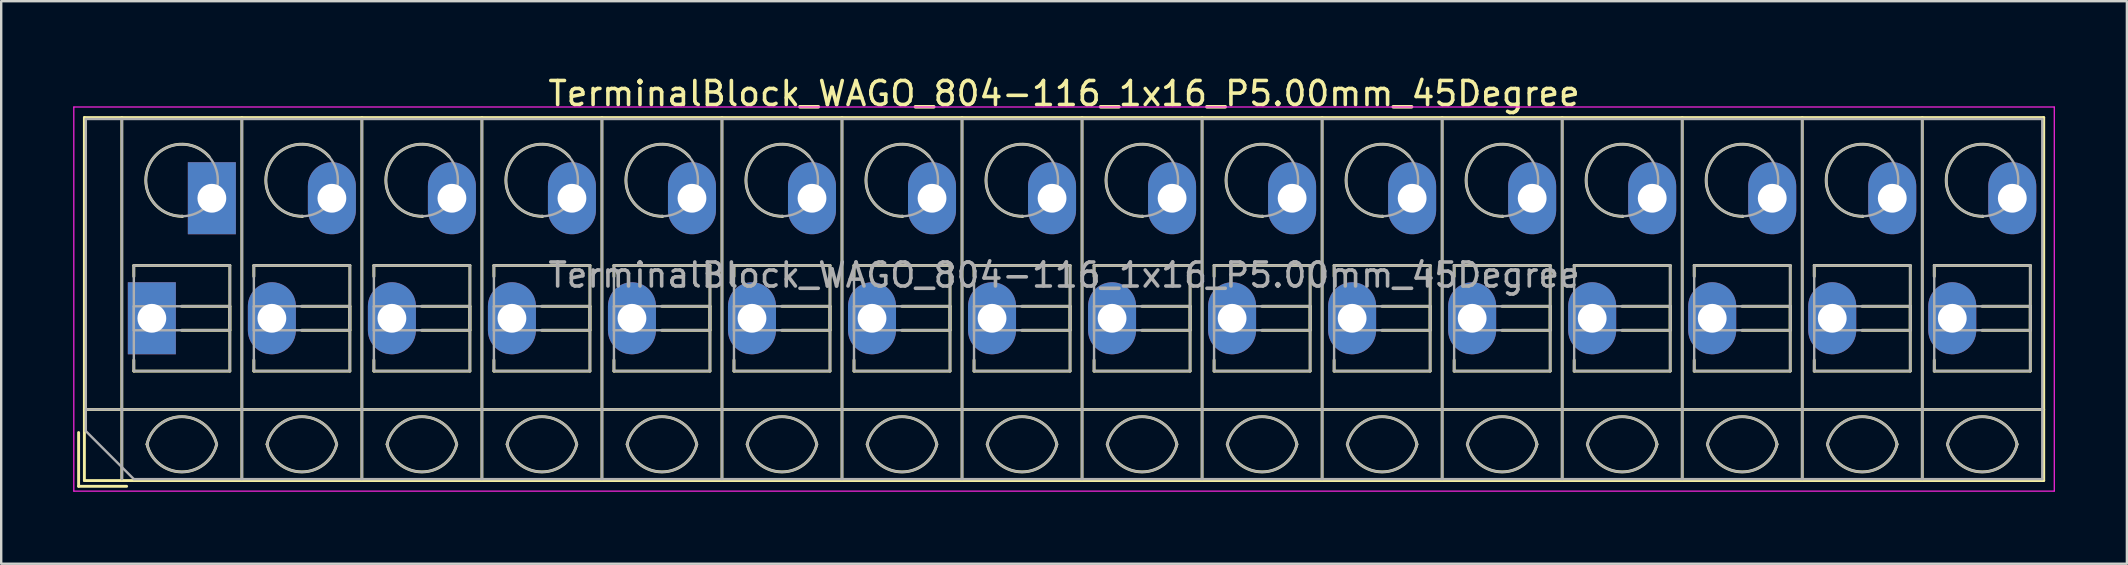
<source format=kicad_pcb>
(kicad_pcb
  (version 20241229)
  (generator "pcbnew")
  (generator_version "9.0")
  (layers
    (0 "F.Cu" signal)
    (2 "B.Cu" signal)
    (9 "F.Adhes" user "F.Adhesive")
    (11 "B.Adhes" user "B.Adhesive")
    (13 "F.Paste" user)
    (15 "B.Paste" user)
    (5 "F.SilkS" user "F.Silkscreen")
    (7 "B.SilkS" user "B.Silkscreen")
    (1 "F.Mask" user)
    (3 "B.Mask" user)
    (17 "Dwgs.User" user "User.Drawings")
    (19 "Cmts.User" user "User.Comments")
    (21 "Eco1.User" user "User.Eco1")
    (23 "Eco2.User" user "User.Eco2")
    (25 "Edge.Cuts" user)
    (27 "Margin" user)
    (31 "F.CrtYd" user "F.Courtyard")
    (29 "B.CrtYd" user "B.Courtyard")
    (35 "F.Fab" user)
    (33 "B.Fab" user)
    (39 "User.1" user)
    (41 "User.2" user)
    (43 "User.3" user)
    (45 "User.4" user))
  (footprint "TerminalBlock_WAGO_804-116_1x16_P5.00mm_45Degree"
    (layer "F.Cu")
    (at 3.275 10.208)
    (property "Reference" "TerminalBlock_WAGO_804-116_1x16_P5.00mm_45Degree" (at 38 -9.36 0) (layer "F.SilkS") (effects (font (size 1 1) (thickness 0.15))))
    (attr through_hole)
    (fp_line (start -3.05 4.76) (end -3.05 7) (stroke (width 0.12) (type solid)) (layer "F.SilkS"))
    (fp_line (start -3.05 7) (end -1.05 7) (stroke (width 0.12) (type solid)) (layer "F.SilkS"))
    (fp_line (start -2.81 -8.361) (end -2.81 6.76) (stroke (width 0.12) (type solid)) (layer "F.SilkS"))
    (fp_line (start -2.81 -8.361) (end 78.81 -8.361) (stroke (width 0.12) (type solid)) (layer "F.SilkS"))
    (fp_line (start -2.81 3.8) (end 78.81 3.8) (stroke (width 0.12) (type solid)) (layer "F.SilkS"))
    (fp_line (start -2.81 6.76) (end 78.81 6.76) (stroke (width 0.12) (type solid)) (layer "F.SilkS"))
    (fp_line (start -1.25 -8.361) (end -1.25 6.76) (stroke (width 0.12) (type solid)) (layer "F.SilkS"))
    (fp_line (start -0.75 -2.2) (end -0.75 -1.74) (stroke (width 0.12) (type solid)) (layer "F.SilkS"))
    (fp_line (start -0.75 -2.2) (end 3.25 -2.2) (stroke (width 0.12) (type solid)) (layer "F.SilkS"))
    (fp_line (start -0.75 1.74) (end -0.75 2.2) (stroke (width 0.12) (type solid)) (layer "F.SilkS"))
    (fp_line (start -0.75 2.2) (end 3.25 2.2) (stroke (width 0.12) (type solid)) (layer "F.SilkS"))
    (fp_line (start 1.24 -0.5) (end 3.25 -0.5) (stroke (width 0.12) (type solid)) (layer "F.SilkS"))
    (fp_line (start 1.24 0.5) (end 3.25 0.5) (stroke (width 0.12) (type solid)) (layer "F.SilkS"))
    (fp_line (start 3.25 -2.2) (end 3.25 2.2) (stroke (width 0.12) (type solid)) (layer "F.SilkS"))
    (fp_line (start 3.25 -0.5) (end 3.25 0.5) (stroke (width 0.12) (type solid)) (layer "F.SilkS"))
    (fp_line (start 3.75 -8.361) (end 3.75 6.76) (stroke (width 0.12) (type solid)) (layer "F.SilkS"))
    (fp_line (start 4.25 -2.2) (end 4.25 -1.74) (stroke (width 0.12) (type solid)) (layer "F.SilkS"))
    (fp_line (start 4.25 -2.2) (end 8.25 -2.2) (stroke (width 0.12) (type solid)) (layer "F.SilkS"))
    (fp_line (start 4.25 1.74) (end 4.25 2.2) (stroke (width 0.12) (type solid)) (layer "F.SilkS"))
    (fp_line (start 4.25 2.2) (end 8.25 2.2) (stroke (width 0.12) (type solid)) (layer "F.SilkS"))
    (fp_line (start 6.24 -0.5) (end 8.25 -0.5) (stroke (width 0.12) (type solid)) (layer "F.SilkS"))
    (fp_line (start 6.24 0.5) (end 8.25 0.5) (stroke (width 0.12) (type solid)) (layer "F.SilkS"))
    (fp_line (start 8.25 -2.2) (end 8.25 2.2) (stroke (width 0.12) (type solid)) (layer "F.SilkS"))
    (fp_line (start 8.25 -0.5) (end 8.25 0.5) (stroke (width 0.12) (type solid)) (layer "F.SilkS"))
    (fp_line (start 8.75 -8.361) (end 8.75 6.76) (stroke (width 0.12) (type solid)) (layer "F.SilkS"))
    (fp_line (start 9.25 -2.2) (end 9.25 -1.74) (stroke (width 0.12) (type solid)) (layer "F.SilkS"))
    (fp_line (start 9.25 -2.2) (end 13.25 -2.2) (stroke (width 0.12) (type solid)) (layer "F.SilkS"))
    (fp_line (start 9.25 1.74) (end 9.25 2.2) (stroke (width 0.12) (type solid)) (layer "F.SilkS"))
    (fp_line (start 9.25 2.2) (end 13.25 2.2) (stroke (width 0.12) (type solid)) (layer "F.SilkS"))
    (fp_line (start 11.24 -0.5) (end 13.25 -0.5) (stroke (width 0.12) (type solid)) (layer "F.SilkS"))
    (fp_line (start 11.24 0.5) (end 13.25 0.5) (stroke (width 0.12) (type solid)) (layer "F.SilkS"))
    (fp_line (start 13.25 -2.2) (end 13.25 2.2) (stroke (width 0.12) (type solid)) (layer "F.SilkS"))
    (fp_line (start 13.25 -0.5) (end 13.25 0.5) (stroke (width 0.12) (type solid)) (layer "F.SilkS"))
    (fp_line (start 13.75 -8.361) (end 13.75 6.76) (stroke (width 0.12) (type solid)) (layer "F.SilkS"))
    (fp_line (start 14.25 -2.2) (end 14.25 -1.74) (stroke (width 0.12) (type solid)) (layer "F.SilkS"))
    (fp_line (start 14.25 -2.2) (end 18.25 -2.2) (stroke (width 0.12) (type solid)) (layer "F.SilkS"))
    (fp_line (start 14.25 1.74) (end 14.25 2.2) (stroke (width 0.12) (type solid)) (layer "F.SilkS"))
    (fp_line (start 14.25 2.2) (end 18.25 2.2) (stroke (width 0.12) (type solid)) (layer "F.SilkS"))
    (fp_line (start 16.24 -0.5) (end 18.25 -0.5) (stroke (width 0.12) (type solid)) (layer "F.SilkS"))
    (fp_line (start 16.24 0.5) (end 18.25 0.5) (stroke (width 0.12) (type solid)) (layer "F.SilkS"))
    (fp_line (start 18.25 -2.2) (end 18.25 2.2) (stroke (width 0.12) (type solid)) (layer "F.SilkS"))
    (fp_line (start 18.25 -0.5) (end 18.25 0.5) (stroke (width 0.12) (type solid)) (layer "F.SilkS"))
    (fp_line (start 18.75 -8.361) (end 18.75 6.76) (stroke (width 0.12) (type solid)) (layer "F.SilkS"))
    (fp_line (start 19.25 -2.2) (end 19.25 -1.74) (stroke (width 0.12) (type solid)) (layer "F.SilkS"))
    (fp_line (start 19.25 -2.2) (end 23.25 -2.2) (stroke (width 0.12) (type solid)) (layer "F.SilkS"))
    (fp_line (start 19.25 1.74) (end 19.25 2.2) (stroke (width 0.12) (type solid)) (layer "F.SilkS"))
    (fp_line (start 19.25 2.2) (end 23.25 2.2) (stroke (width 0.12) (type solid)) (layer "F.SilkS"))
    (fp_line (start 21.24 -0.5) (end 23.25 -0.5) (stroke (width 0.12) (type solid)) (layer "F.SilkS"))
    (fp_line (start 21.24 0.5) (end 23.25 0.5) (stroke (width 0.12) (type solid)) (layer "F.SilkS"))
    (fp_line (start 23.25 -2.2) (end 23.25 2.2) (stroke (width 0.12) (type solid)) (layer "F.SilkS"))
    (fp_line (start 23.25 -0.5) (end 23.25 0.5) (stroke (width 0.12) (type solid)) (layer "F.SilkS"))
    (fp_line (start 23.75 -8.361) (end 23.75 6.76) (stroke (width 0.12) (type solid)) (layer "F.SilkS"))
    (fp_line (start 24.25 -2.2) (end 24.25 -1.74) (stroke (width 0.12) (type solid)) (layer "F.SilkS"))
    (fp_line (start 24.25 -2.2) (end 28.25 -2.2) (stroke (width 0.12) (type solid)) (layer "F.SilkS"))
    (fp_line (start 24.25 1.74) (end 24.25 2.2) (stroke (width 0.12) (type solid)) (layer "F.SilkS"))
    (fp_line (start 24.25 2.2) (end 28.25 2.2) (stroke (width 0.12) (type solid)) (layer "F.SilkS"))
    (fp_line (start 26.24 -0.5) (end 28.25 -0.5) (stroke (width 0.12) (type solid)) (layer "F.SilkS"))
    (fp_line (start 26.24 0.5) (end 28.25 0.5) (stroke (width 0.12) (type solid)) (layer "F.SilkS"))
    (fp_line (start 28.25 -2.2) (end 28.25 2.2) (stroke (width 0.12) (type solid)) (layer "F.SilkS"))
    (fp_line (start 28.25 -0.5) (end 28.25 0.5) (stroke (width 0.12) (type solid)) (layer "F.SilkS"))
    (fp_line (start 28.75 -8.361) (end 28.75 6.76) (stroke (width 0.12) (type solid)) (layer "F.SilkS"))
    (fp_line (start 29.25 -2.2) (end 29.25 -1.74) (stroke (width 0.12) (type solid)) (layer "F.SilkS"))
    (fp_line (start 29.25 -2.2) (end 33.25 -2.2) (stroke (width 0.12) (type solid)) (layer "F.SilkS"))
    (fp_line (start 29.25 1.74) (end 29.25 2.2) (stroke (width 0.12) (type solid)) (layer "F.SilkS"))
    (fp_line (start 29.25 2.2) (end 33.25 2.2) (stroke (width 0.12) (type solid)) (layer "F.SilkS"))
    (fp_line (start 31.24 -0.5) (end 33.25 -0.5) (stroke (width 0.12) (type solid)) (layer "F.SilkS"))
    (fp_line (start 31.24 0.5) (end 33.25 0.5) (stroke (width 0.12) (type solid)) (layer "F.SilkS"))
    (fp_line (start 33.25 -2.2) (end 33.25 2.2) (stroke (width 0.12) (type solid)) (layer "F.SilkS"))
    (fp_line (start 33.25 -0.5) (end 33.25 0.5) (stroke (width 0.12) (type solid)) (layer "F.SilkS"))
    (fp_line (start 33.75 -8.361) (end 33.75 6.76) (stroke (width 0.12) (type solid)) (layer "F.SilkS"))
    (fp_line (start 34.25 -2.2) (end 34.25 -1.74) (stroke (width 0.12) (type solid)) (layer "F.SilkS"))
    (fp_line (start 34.25 -2.2) (end 38.25 -2.2) (stroke (width 0.12) (type solid)) (layer "F.SilkS"))
    (fp_line (start 34.25 1.74) (end 34.25 2.2) (stroke (width 0.12) (type solid)) (layer "F.SilkS"))
    (fp_line (start 34.25 2.2) (end 38.25 2.2) (stroke (width 0.12) (type solid)) (layer "F.SilkS"))
    (fp_line (start 36.24 -0.5) (end 38.25 -0.5) (stroke (width 0.12) (type solid)) (layer "F.SilkS"))
    (fp_line (start 36.24 0.5) (end 38.25 0.5) (stroke (width 0.12) (type solid)) (layer "F.SilkS"))
    (fp_line (start 38.25 -2.2) (end 38.25 2.2) (stroke (width 0.12) (type solid)) (layer "F.SilkS"))
    (fp_line (start 38.25 -0.5) (end 38.25 0.5) (stroke (width 0.12) (type solid)) (layer "F.SilkS"))
    (fp_line (start 38.75 -8.361) (end 38.75 6.76) (stroke (width 0.12) (type solid)) (layer "F.SilkS"))
    (fp_line (start 39.25 -2.2) (end 39.25 -1.74) (stroke (width 0.12) (type solid)) (layer "F.SilkS"))
    (fp_line (start 39.25 -2.2) (end 43.25 -2.2) (stroke (width 0.12) (type solid)) (layer "F.SilkS"))
    (fp_line (start 39.25 1.74) (end 39.25 2.2) (stroke (width 0.12) (type solid)) (layer "F.SilkS"))
    (fp_line (start 39.25 2.2) (end 43.25 2.2) (stroke (width 0.12) (type solid)) (layer "F.SilkS"))
    (fp_line (start 41.24 -0.5) (end 43.25 -0.5) (stroke (width 0.12) (type solid)) (layer "F.SilkS"))
    (fp_line (start 41.24 0.5) (end 43.25 0.5) (stroke (width 0.12) (type solid)) (layer "F.SilkS"))
    (fp_line (start 43.25 -2.2) (end 43.25 2.2) (stroke (width 0.12) (type solid)) (layer "F.SilkS"))
    (fp_line (start 43.25 -0.5) (end 43.25 0.5) (stroke (width 0.12) (type solid)) (layer "F.SilkS"))
    (fp_line (start 43.75 -8.361) (end 43.75 6.76) (stroke (width 0.12) (type solid)) (layer "F.SilkS"))
    (fp_line (start 44.25 -2.2) (end 44.25 -1.74) (stroke (width 0.12) (type solid)) (layer "F.SilkS"))
    (fp_line (start 44.25 -2.2) (end 48.25 -2.2) (stroke (width 0.12) (type solid)) (layer "F.SilkS"))
    (fp_line (start 44.25 1.74) (end 44.25 2.2) (stroke (width 0.12) (type solid)) (layer "F.SilkS"))
    (fp_line (start 44.25 2.2) (end 48.25 2.2) (stroke (width 0.12) (type solid)) (layer "F.SilkS"))
    (fp_line (start 46.24 -0.5) (end 48.25 -0.5) (stroke (width 0.12) (type solid)) (layer "F.SilkS"))
    (fp_line (start 46.24 0.5) (end 48.25 0.5) (stroke (width 0.12) (type solid)) (layer "F.SilkS"))
    (fp_line (start 48.25 -2.2) (end 48.25 2.2) (stroke (width 0.12) (type solid)) (layer "F.SilkS"))
    (fp_line (start 48.25 -0.5) (end 48.25 0.5) (stroke (width 0.12) (type solid)) (layer "F.SilkS"))
    (fp_line (start 48.75 -8.361) (end 48.75 6.76) (stroke (width 0.12) (type solid)) (layer "F.SilkS"))
    (fp_line (start 49.25 -2.2) (end 49.25 -1.74) (stroke (width 0.12) (type solid)) (layer "F.SilkS"))
    (fp_line (start 49.25 -2.2) (end 53.25 -2.2) (stroke (width 0.12) (type solid)) (layer "F.SilkS"))
    (fp_line (start 49.25 1.74) (end 49.25 2.2) (stroke (width 0.12) (type solid)) (layer "F.SilkS"))
    (fp_line (start 49.25 2.2) (end 53.25 2.2) (stroke (width 0.12) (type solid)) (layer "F.SilkS"))
    (fp_line (start 51.24 -0.5) (end 53.25 -0.5) (stroke (width 0.12) (type solid)) (layer "F.SilkS"))
    (fp_line (start 51.24 0.5) (end 53.25 0.5) (stroke (width 0.12) (type solid)) (layer "F.SilkS"))
    (fp_line (start 53.25 -2.2) (end 53.25 2.2) (stroke (width 0.12) (type solid)) (layer "F.SilkS"))
    (fp_line (start 53.25 -0.5) (end 53.25 0.5) (stroke (width 0.12) (type solid)) (layer "F.SilkS"))
    (fp_line (start 53.75 -8.361) (end 53.75 6.76) (stroke (width 0.12) (type solid)) (layer "F.SilkS"))
    (fp_line (start 54.25 -2.2) (end 54.25 -1.74) (stroke (width 0.12) (type solid)) (layer "F.SilkS"))
    (fp_line (start 54.25 -2.2) (end 58.25 -2.2) (stroke (width 0.12) (type solid)) (layer "F.SilkS"))
    (fp_line (start 54.25 1.74) (end 54.25 2.2) (stroke (width 0.12) (type solid)) (layer "F.SilkS"))
    (fp_line (start 54.25 2.2) (end 58.25 2.2) (stroke (width 0.12) (type solid)) (layer "F.SilkS"))
    (fp_line (start 56.24 -0.5) (end 58.25 -0.5) (stroke (width 0.12) (type solid)) (layer "F.SilkS"))
    (fp_line (start 56.24 0.5) (end 58.25 0.5) (stroke (width 0.12) (type solid)) (layer "F.SilkS"))
    (fp_line (start 58.25 -2.2) (end 58.25 2.2) (stroke (width 0.12) (type solid)) (layer "F.SilkS"))
    (fp_line (start 58.25 -0.5) (end 58.25 0.5) (stroke (width 0.12) (type solid)) (layer "F.SilkS"))
    (fp_line (start 58.75 -8.361) (end 58.75 6.76) (stroke (width 0.12) (type solid)) (layer "F.SilkS"))
    (fp_line (start 59.25 -2.2) (end 59.25 -1.74) (stroke (width 0.12) (type solid)) (layer "F.SilkS"))
    (fp_line (start 59.25 -2.2) (end 63.25 -2.2) (stroke (width 0.12) (type solid)) (layer "F.SilkS"))
    (fp_line (start 59.25 1.74) (end 59.25 2.2) (stroke (width 0.12) (type solid)) (layer "F.SilkS"))
    (fp_line (start 59.25 2.2) (end 63.25 2.2) (stroke (width 0.12) (type solid)) (layer "F.SilkS"))
    (fp_line (start 61.24 -0.5) (end 63.25 -0.5) (stroke (width 0.12) (type solid)) (layer "F.SilkS"))
    (fp_line (start 61.24 0.5) (end 63.25 0.5) (stroke (width 0.12) (type solid)) (layer "F.SilkS"))
    (fp_line (start 63.25 -2.2) (end 63.25 2.2) (stroke (width 0.12) (type solid)) (layer "F.SilkS"))
    (fp_line (start 63.25 -0.5) (end 63.25 0.5) (stroke (width 0.12) (type solid)) (layer "F.SilkS"))
    (fp_line (start 63.75 -8.361) (end 63.75 6.76) (stroke (width 0.12) (type solid)) (layer "F.SilkS"))
    (fp_line (start 64.25 -2.2) (end 64.25 -1.74) (stroke (width 0.12) (type solid)) (layer "F.SilkS"))
    (fp_line (start 64.25 -2.2) (end 68.25 -2.2) (stroke (width 0.12) (type solid)) (layer "F.SilkS"))
    (fp_line (start 64.25 1.74) (end 64.25 2.2) (stroke (width 0.12) (type solid)) (layer "F.SilkS"))
    (fp_line (start 64.25 2.2) (end 68.25 2.2) (stroke (width 0.12) (type solid)) (layer "F.SilkS"))
    (fp_line (start 66.24 -0.5) (end 68.25 -0.5) (stroke (width 0.12) (type solid)) (layer "F.SilkS"))
    (fp_line (start 66.24 0.5) (end 68.25 0.5) (stroke (width 0.12) (type solid)) (layer "F.SilkS"))
    (fp_line (start 68.25 -2.2) (end 68.25 2.2) (stroke (width 0.12) (type solid)) (layer "F.SilkS"))
    (fp_line (start 68.25 -0.5) (end 68.25 0.5) (stroke (width 0.12) (type solid)) (layer "F.SilkS"))
    (fp_line (start 68.75 -8.361) (end 68.75 6.76) (stroke (width 0.12) (type solid)) (layer "F.SilkS"))
    (fp_line (start 69.25 -2.2) (end 69.25 -1.74) (stroke (width 0.12) (type solid)) (layer "F.SilkS"))
    (fp_line (start 69.25 -2.2) (end 73.25 -2.2) (stroke (width 0.12) (type solid)) (layer "F.SilkS"))
    (fp_line (start 69.25 1.74) (end 69.25 2.2) (stroke (width 0.12) (type solid)) (layer "F.SilkS"))
    (fp_line (start 69.25 2.2) (end 73.25 2.2) (stroke (width 0.12) (type solid)) (layer "F.SilkS"))
    (fp_line (start 71.24 -0.5) (end 73.25 -0.5) (stroke (width 0.12) (type solid)) (layer "F.SilkS"))
    (fp_line (start 71.24 0.5) (end 73.25 0.5) (stroke (width 0.12) (type solid)) (layer "F.SilkS"))
    (fp_line (start 73.25 -2.2) (end 73.25 2.2) (stroke (width 0.12) (type solid)) (layer "F.SilkS"))
    (fp_line (start 73.25 -0.5) (end 73.25 0.5) (stroke (width 0.12) (type solid)) (layer "F.SilkS"))
    (fp_line (start 73.75 -8.361) (end 73.75 6.76) (stroke (width 0.12) (type solid)) (layer "F.SilkS"))
    (fp_line (start 74.25 -2.2) (end 74.25 -1.74) (stroke (width 0.12) (type solid)) (layer "F.SilkS"))
    (fp_line (start 74.25 -2.2) (end 78.25 -2.2) (stroke (width 0.12) (type solid)) (layer "F.SilkS"))
    (fp_line (start 74.25 1.74) (end 74.25 2.2) (stroke (width 0.12) (type solid)) (layer "F.SilkS"))
    (fp_line (start 74.25 2.2) (end 78.25 2.2) (stroke (width 0.12) (type solid)) (layer "F.SilkS"))
    (fp_line (start 76.24 -0.5) (end 78.25 -0.5) (stroke (width 0.12) (type solid)) (layer "F.SilkS"))
    (fp_line (start 76.24 0.5) (end 78.25 0.5) (stroke (width 0.12) (type solid)) (layer "F.SilkS"))
    (fp_line (start 78.25 -2.2) (end 78.25 2.2) (stroke (width 0.12) (type solid)) (layer "F.SilkS"))
    (fp_line (start 78.25 -0.5) (end 78.25 0.5) (stroke (width 0.12) (type solid)) (layer "F.SilkS"))
    (fp_line (start 78.81 -8.361) (end 78.81 6.76) (stroke (width 0.12) (type solid)) (layer "F.SilkS"))
    (fp_arc (start -0.200865 5.250424) (mid 1.250296 4.099926) (end 2.701 5.251) (stroke (width 0.12) (type solid)) (layer "F.SilkS"))
    (fp_arc (start 1.276179 -4.250228) (mid 1.26309 -4.250057) (end 1.25 -4.25) (stroke (width 0.12) (type solid)) (layer "F.SilkS"))
    (fp_arc (start 1.276275 -4.248926) (mid -0.121539 -6.360568) (end 2.383 -6.735) (stroke (width 0.12) (type solid)) (layer "F.SilkS"))
    (fp_arc (start 2.7 5.25) (mid 1.250068 6.400101) (end -0.199969 5.250133) (stroke (width 0.12) (type solid)) (layer "F.SilkS"))
    (fp_arc (start 4.799135 5.250424) (mid 6.250296 4.099926) (end 7.701 5.251) (stroke (width 0.12) (type solid)) (layer "F.SilkS"))
    (fp_arc (start 6.276179 -4.250228) (mid 6.26309 -4.250057) (end 6.25 -4.25) (stroke (width 0.12) (type solid)) (layer "F.SilkS"))
    (fp_arc (start 6.276275 -4.248926) (mid 4.878461 -6.360568) (end 7.383 -6.735) (stroke (width 0.12) (type solid)) (layer "F.SilkS"))
    (fp_arc (start 7.7 5.25) (mid 6.250068 6.400101) (end 4.800031 5.250133) (stroke (width 0.12) (type solid)) (layer "F.SilkS"))
    (fp_arc (start 9.799135 5.250424) (mid 11.250296 4.099926) (end 12.701 5.251) (stroke (width 0.12) (type solid)) (layer "F.SilkS"))
    (fp_arc (start 11.276179 -4.250228) (mid 11.26309 -4.250057) (end 11.25 -4.25) (stroke (width 0.12) (type solid)) (layer "F.SilkS"))
    (fp_arc (start 11.276275 -4.248926) (mid 9.878461 -6.360568) (end 12.383 -6.735) (stroke (width 0.12) (type solid)) (layer "F.SilkS"))
    (fp_arc (start 12.7 5.25) (mid 11.250068 6.400101) (end 9.800031 5.250133) (stroke (width 0.12) (type solid)) (layer "F.SilkS"))
    (fp_arc (start 14.799135 5.250424) (mid 16.250296 4.099926) (end 17.701 5.251) (stroke (width 0.12) (type solid)) (layer "F.SilkS"))
    (fp_arc (start 16.276179 -4.250228) (mid 16.26309 -4.250057) (end 16.25 -4.25) (stroke (width 0.12) (type solid)) (layer "F.SilkS"))
    (fp_arc (start 16.276275 -4.248926) (mid 14.878461 -6.360568) (end 17.383 -6.735) (stroke (width 0.12) (type solid)) (layer "F.SilkS"))
    (fp_arc (start 17.7 5.25) (mid 16.250068 6.400101) (end 14.800031 5.250133) (stroke (width 0.12) (type solid)) (layer "F.SilkS"))
    (fp_arc (start 19.799135 5.250424) (mid 21.250296 4.099926) (end 22.701 5.251) (stroke (width 0.12) (type solid)) (layer "F.SilkS"))
    (fp_arc (start 21.276179 -4.250228) (mid 21.26309 -4.250057) (end 21.25 -4.25) (stroke (width 0.12) (type solid)) (layer "F.SilkS"))
    (fp_arc (start 21.276275 -4.248926) (mid 19.878461 -6.360568) (end 22.383 -6.735) (stroke (width 0.12) (type solid)) (layer "F.SilkS"))
    (fp_arc (start 22.7 5.25) (mid 21.250068 6.400101) (end 19.800031 5.250133) (stroke (width 0.12) (type solid)) (layer "F.SilkS"))
    (fp_arc (start 24.799135 5.250424) (mid 26.250296 4.099926) (end 27.701 5.251) (stroke (width 0.12) (type solid)) (layer "F.SilkS"))
    (fp_arc (start 26.276179 -4.250228) (mid 26.26309 -4.250057) (end 26.25 -4.25) (stroke (width 0.12) (type solid)) (layer "F.SilkS"))
    (fp_arc (start 26.276275 -4.248926) (mid 24.878461 -6.360568) (end 27.383 -6.735) (stroke (width 0.12) (type solid)) (layer "F.SilkS"))
    (fp_arc (start 27.7 5.25) (mid 26.250068 6.400101) (end 24.800031 5.250133) (stroke (width 0.12) (type solid)) (layer "F.SilkS"))
    (fp_arc (start 29.799135 5.250424) (mid 31.250296 4.099926) (end 32.701 5.251) (stroke (width 0.12) (type solid)) (layer "F.SilkS"))
    (fp_arc (start 31.276179 -4.250228) (mid 31.26309 -4.250057) (end 31.25 -4.25) (stroke (width 0.12) (type solid)) (layer "F.SilkS"))
    (fp_arc (start 31.276275 -4.248926) (mid 29.878461 -6.360568) (end 32.383 -6.735) (stroke (width 0.12) (type solid)) (layer "F.SilkS"))
    (fp_arc (start 32.701 5.25) (mid 31.250296 6.401074) (end 29.799135 5.250576) (stroke (width 0.12) (type solid)) (layer "F.SilkS"))
    (fp_arc (start 34.799135 5.250424) (mid 36.250296 4.099926) (end 37.701 5.251) (stroke (width 0.12) (type solid)) (layer "F.SilkS"))
    (fp_arc (start 36.276179 -4.250228) (mid 36.26309 -4.250057) (end 36.25 -4.25) (stroke (width 0.12) (type solid)) (layer "F.SilkS"))
    (fp_arc (start 36.276275 -4.248926) (mid 34.878461 -6.360568) (end 37.383 -6.735) (stroke (width 0.12) (type solid)) (layer "F.SilkS"))
    (fp_arc (start 37.7 5.25) (mid 36.250068 6.400101) (end 34.800031 5.250133) (stroke (width 0.12) (type solid)) (layer "F.SilkS"))
    (fp_arc (start 39.799135 5.250424) (mid 41.250296 4.099926) (end 42.701 5.251) (stroke (width 0.12) (type solid)) (layer "F.SilkS"))
    (fp_arc (start 41.276179 -4.250228) (mid 41.26309 -4.250057) (end 41.25 -4.25) (stroke (width 0.12) (type solid)) (layer "F.SilkS"))
    (fp_arc (start 41.276275 -4.248926) (mid 39.878461 -6.360568) (end 42.383 -6.735) (stroke (width 0.12) (type solid)) (layer "F.SilkS"))
    (fp_arc (start 42.7 5.25) (mid 41.250068 6.400101) (end 39.800031 5.250133) (stroke (width 0.12) (type solid)) (layer "F.SilkS"))
    (fp_arc (start 44.799135 5.250424) (mid 46.250296 4.099926) (end 47.701 5.251) (stroke (width 0.12) (type solid)) (layer "F.SilkS"))
    (fp_arc (start 46.276179 -4.250228) (mid 46.26309 -4.250057) (end 46.25 -4.25) (stroke (width 0.12) (type solid)) (layer "F.SilkS"))
    (fp_arc (start 46.276275 -4.248926) (mid 44.878461 -6.360568) (end 47.383 -6.735) (stroke (width 0.12) (type solid)) (layer "F.SilkS"))
    (fp_arc (start 47.7 5.25) (mid 46.250068 6.400101) (end 44.800031 5.250133) (stroke (width 0.12) (type solid)) (layer "F.SilkS"))
    (fp_arc (start 49.799135 5.250424) (mid 51.250296 4.099926) (end 52.701 5.251) (stroke (width 0.12) (type solid)) (layer "F.SilkS"))
    (fp_arc (start 51.276179 -4.250228) (mid 51.26309 -4.250057) (end 51.25 -4.25) (stroke (width 0.12) (type solid)) (layer "F.SilkS"))
    (fp_arc (start 51.276275 -4.248926) (mid 49.878461 -6.360568) (end 52.383 -6.735) (stroke (width 0.12) (type solid)) (layer "F.SilkS"))
    (fp_arc (start 52.7 5.25) (mid 51.250068 6.400101) (end 49.800031 5.250133) (stroke (width 0.12) (type solid)) (layer "F.SilkS"))
    (fp_arc (start 54.799135 5.250424) (mid 56.250296 4.099926) (end 57.701 5.251) (stroke (width 0.12) (type solid)) (layer "F.SilkS"))
    (fp_arc (start 56.276179 -4.250228) (mid 56.26309 -4.250057) (end 56.25 -4.25) (stroke (width 0.12) (type solid)) (layer "F.SilkS"))
    (fp_arc (start 56.276275 -4.248926) (mid 54.878461 -6.360568) (end 57.383 -6.735) (stroke (width 0.12) (type solid)) (layer "F.SilkS"))
    (fp_arc (start 57.7 5.25) (mid 56.250068 6.400101) (end 54.800031 5.250133) (stroke (width 0.12) (type solid)) (layer "F.SilkS"))
    (fp_arc (start 59.799135 5.250424) (mid 61.250296 4.099926) (end 62.701 5.251) (stroke (width 0.12) (type solid)) (layer "F.SilkS"))
    (fp_arc (start 61.276179 -4.250228) (mid 61.26309 -4.250057) (end 61.25 -4.25) (stroke (width 0.12) (type solid)) (layer "F.SilkS"))
    (fp_arc (start 61.276275 -4.248926) (mid 59.878461 -6.360568) (end 62.383 -6.735) (stroke (width 0.12) (type solid)) (layer "F.SilkS"))
    (fp_arc (start 62.7 5.25) (mid 61.250068 6.400101) (end 59.800031 5.250133) (stroke (width 0.12) (type solid)) (layer "F.SilkS"))
    (fp_arc (start 64.799135 5.250424) (mid 66.250296 4.099926) (end 67.701 5.251) (stroke (width 0.12) (type solid)) (layer "F.SilkS"))
    (fp_arc (start 66.276179 -4.250228) (mid 66.26309 -4.250057) (end 66.25 -4.25) (stroke (width 0.12) (type solid)) (layer "F.SilkS"))
    (fp_arc (start 66.276275 -4.248926) (mid 64.878461 -6.360568) (end 67.383 -6.735) (stroke (width 0.12) (type solid)) (layer "F.SilkS"))
    (fp_arc (start 67.7 5.25) (mid 66.250068 6.400101) (end 64.800031 5.250133) (stroke (width 0.12) (type solid)) (layer "F.SilkS"))
    (fp_arc (start 69.799135 5.250424) (mid 71.250296 4.099926) (end 72.701 5.251) (stroke (width 0.12) (type solid)) (layer "F.SilkS"))
    (fp_arc (start 71.276179 -4.250228) (mid 71.26309 -4.250057) (end 71.25 -4.25) (stroke (width 0.12) (type solid)) (layer "F.SilkS"))
    (fp_arc (start 71.276275 -4.248926) (mid 69.878461 -6.360568) (end 72.383 -6.735) (stroke (width 0.12) (type solid)) (layer "F.SilkS"))
    (fp_arc (start 72.7 5.25) (mid 71.250068 6.400101) (end 69.800031 5.250133) (stroke (width 0.12) (type solid)) (layer "F.SilkS"))
    (fp_arc (start 74.799135 5.250424) (mid 76.250296 4.099926) (end 77.701 5.251) (stroke (width 0.12) (type solid)) (layer "F.SilkS"))
    (fp_arc (start 76.276179 -4.250228) (mid 76.26309 -4.250057) (end 76.25 -4.25) (stroke (width 0.12) (type solid)) (layer "F.SilkS"))
    (fp_arc (start 76.276275 -4.248926) (mid 74.878461 -6.360568) (end 77.383 -6.735) (stroke (width 0.12) (type solid)) (layer "F.SilkS"))
    (fp_arc (start 77.7 5.25) (mid 76.250068 6.400101) (end 74.800031 5.250133) (stroke (width 0.12) (type solid)) (layer "F.SilkS"))
    (fp_line (start -3.25 -8.8) (end -3.25 7.2) (stroke (width 0.05) (type solid)) (layer "F.CrtYd"))
    (fp_line (start -3.25 7.2) (end 79.25 7.2) (stroke (width 0.05) (type solid)) (layer "F.CrtYd"))
    (fp_line (start 79.25 -8.8) (end -3.25 -8.8) (stroke (width 0.05) (type solid)) (layer "F.CrtYd"))
    (fp_line (start 79.25 7.2) (end 79.25 -8.8) (stroke (width 0.05) (type solid)) (layer "F.CrtYd"))
    (fp_line (start -2.75 -8.3) (end 78.75 -8.3) (stroke (width 0.1) (type solid)) (layer "F.Fab"))
    (fp_line (start -2.75 3.8) (end 78.75 3.8) (stroke (width 0.1) (type solid)) (layer "F.Fab"))
    (fp_line (start -2.75 4.7) (end -2.75 -8.3) (stroke (width 0.1) (type solid)) (layer "F.Fab"))
    (fp_line (start -1.25 -8.3) (end -1.25 6.7) (stroke (width 0.1) (type solid)) (layer "F.Fab"))
    (fp_line (start -0.75 -2.2) (end -0.75 2.2) (stroke (width 0.1) (type solid)) (layer "F.Fab"))
    (fp_line (start -0.75 -0.5) (end -0.75 0.5) (stroke (width 0.1) (type solid)) (layer "F.Fab"))
    (fp_line (start -0.75 0.5) (end 3.25 0.5) (stroke (width 0.1) (type solid)) (layer "F.Fab"))
    (fp_line (start -0.75 2.2) (end 3.25 2.2) (stroke (width 0.1) (type solid)) (layer "F.Fab"))
    (fp_line (start -0.75 6.7) (end -2.75 4.7) (stroke (width 0.1) (type solid)) (layer "F.Fab"))
    (fp_line (start 3.25 -2.2) (end -0.75 -2.2) (stroke (width 0.1) (type solid)) (layer "F.Fab"))
    (fp_line (start 3.25 -0.5) (end -0.75 -0.5) (stroke (width 0.1) (type solid)) (layer "F.Fab"))
    (fp_line (start 3.25 0.5) (end 3.25 -0.5) (stroke (width 0.1) (type solid)) (layer "F.Fab"))
    (fp_line (start 3.25 2.2) (end 3.25 -2.2) (stroke (width 0.1) (type solid)) (layer "F.Fab"))
    (fp_line (start 3.75 -8.3) (end 3.75 6.7) (stroke (width 0.1) (type solid)) (layer "F.Fab"))
    (fp_line (start 4.25 -2.2) (end 4.25 2.2) (stroke (width 0.1) (type solid)) (layer "F.Fab"))
    (fp_line (start 4.25 -0.5) (end 4.25 0.5) (stroke (width 0.1) (type solid)) (layer "F.Fab"))
    (fp_line (start 4.25 0.5) (end 8.25 0.5) (stroke (width 0.1) (type solid)) (layer "F.Fab"))
    (fp_line (start 4.25 2.2) (end 8.25 2.2) (stroke (width 0.1) (type solid)) (layer "F.Fab"))
    (fp_line (start 8.25 -2.2) (end 4.25 -2.2) (stroke (width 0.1) (type solid)) (layer "F.Fab"))
    (fp_line (start 8.25 -0.5) (end 4.25 -0.5) (stroke (width 0.1) (type solid)) (layer "F.Fab"))
    (fp_line (start 8.25 0.5) (end 8.25 -0.5) (stroke (width 0.1) (type solid)) (layer "F.Fab"))
    (fp_line (start 8.25 2.2) (end 8.25 -2.2) (stroke (width 0.1) (type solid)) (layer "F.Fab"))
    (fp_line (start 8.75 -8.3) (end 8.75 6.7) (stroke (width 0.1) (type solid)) (layer "F.Fab"))
    (fp_line (start 9.25 -2.2) (end 9.25 2.2) (stroke (width 0.1) (type solid)) (layer "F.Fab"))
    (fp_line (start 9.25 -0.5) (end 9.25 0.5) (stroke (width 0.1) (type solid)) (layer "F.Fab"))
    (fp_line (start 9.25 0.5) (end 13.25 0.5) (stroke (width 0.1) (type solid)) (layer "F.Fab"))
    (fp_line (start 9.25 2.2) (end 13.25 2.2) (stroke (width 0.1) (type solid)) (layer "F.Fab"))
    (fp_line (start 13.25 -2.2) (end 9.25 -2.2) (stroke (width 0.1) (type solid)) (layer "F.Fab"))
    (fp_line (start 13.25 -0.5) (end 9.25 -0.5) (stroke (width 0.1) (type solid)) (layer "F.Fab"))
    (fp_line (start 13.25 0.5) (end 13.25 -0.5) (stroke (width 0.1) (type solid)) (layer "F.Fab"))
    (fp_line (start 13.25 2.2) (end 13.25 -2.2) (stroke (width 0.1) (type solid)) (layer "F.Fab"))
    (fp_line (start 13.75 -8.3) (end 13.75 6.7) (stroke (width 0.1) (type solid)) (layer "F.Fab"))
    (fp_line (start 14.25 -2.2) (end 14.25 2.2) (stroke (width 0.1) (type solid)) (layer "F.Fab"))
    (fp_line (start 14.25 -0.5) (end 14.25 0.5) (stroke (width 0.1) (type solid)) (layer "F.Fab"))
    (fp_line (start 14.25 0.5) (end 18.25 0.5) (stroke (width 0.1) (type solid)) (layer "F.Fab"))
    (fp_line (start 14.25 2.2) (end 18.25 2.2) (stroke (width 0.1) (type solid)) (layer "F.Fab"))
    (fp_line (start 18.25 -2.2) (end 14.25 -2.2) (stroke (width 0.1) (type solid)) (layer "F.Fab"))
    (fp_line (start 18.25 -0.5) (end 14.25 -0.5) (stroke (width 0.1) (type solid)) (layer "F.Fab"))
    (fp_line (start 18.25 0.5) (end 18.25 -0.5) (stroke (width 0.1) (type solid)) (layer "F.Fab"))
    (fp_line (start 18.25 2.2) (end 18.25 -2.2) (stroke (width 0.1) (type solid)) (layer "F.Fab"))
    (fp_line (start 18.75 -8.3) (end 18.75 6.7) (stroke (width 0.1) (type solid)) (layer "F.Fab"))
    (fp_line (start 19.25 -2.2) (end 19.25 2.2) (stroke (width 0.1) (type solid)) (layer "F.Fab"))
    (fp_line (start 19.25 -0.5) (end 19.25 0.5) (stroke (width 0.1) (type solid)) (layer "F.Fab"))
    (fp_line (start 19.25 0.5) (end 23.25 0.5) (stroke (width 0.1) (type solid)) (layer "F.Fab"))
    (fp_line (start 19.25 2.2) (end 23.25 2.2) (stroke (width 0.1) (type solid)) (layer "F.Fab"))
    (fp_line (start 23.25 -2.2) (end 19.25 -2.2) (stroke (width 0.1) (type solid)) (layer "F.Fab"))
    (fp_line (start 23.25 -0.5) (end 19.25 -0.5) (stroke (width 0.1) (type solid)) (layer "F.Fab"))
    (fp_line (start 23.25 0.5) (end 23.25 -0.5) (stroke (width 0.1) (type solid)) (layer "F.Fab"))
    (fp_line (start 23.25 2.2) (end 23.25 -2.2) (stroke (width 0.1) (type solid)) (layer "F.Fab"))
    (fp_line (start 23.75 -8.3) (end 23.75 6.7) (stroke (width 0.1) (type solid)) (layer "F.Fab"))
    (fp_line (start 24.25 -2.2) (end 24.25 2.2) (stroke (width 0.1) (type solid)) (layer "F.Fab"))
    (fp_line (start 24.25 -0.5) (end 24.25 0.5) (stroke (width 0.1) (type solid)) (layer "F.Fab"))
    (fp_line (start 24.25 0.5) (end 28.25 0.5) (stroke (width 0.1) (type solid)) (layer "F.Fab"))
    (fp_line (start 24.25 2.2) (end 28.25 2.2) (stroke (width 0.1) (type solid)) (layer "F.Fab"))
    (fp_line (start 28.25 -2.2) (end 24.25 -2.2) (stroke (width 0.1) (type solid)) (layer "F.Fab"))
    (fp_line (start 28.25 -0.5) (end 24.25 -0.5) (stroke (width 0.1) (type solid)) (layer "F.Fab"))
    (fp_line (start 28.25 0.5) (end 28.25 -0.5) (stroke (width 0.1) (type solid)) (layer "F.Fab"))
    (fp_line (start 28.25 2.2) (end 28.25 -2.2) (stroke (width 0.1) (type solid)) (layer "F.Fab"))
    (fp_line (start 28.75 -8.3) (end 28.75 6.7) (stroke (width 0.1) (type solid)) (layer "F.Fab"))
    (fp_line (start 29.25 -2.2) (end 29.25 2.2) (stroke (width 0.1) (type solid)) (layer "F.Fab"))
    (fp_line (start 29.25 -0.5) (end 29.25 0.5) (stroke (width 0.1) (type solid)) (layer "F.Fab"))
    (fp_line (start 29.25 0.5) (end 33.25 0.5) (stroke (width 0.1) (type solid)) (layer "F.Fab"))
    (fp_line (start 29.25 2.2) (end 33.25 2.2) (stroke (width 0.1) (type solid)) (layer "F.Fab"))
    (fp_line (start 33.25 -2.2) (end 29.25 -2.2) (stroke (width 0.1) (type solid)) (layer "F.Fab"))
    (fp_line (start 33.25 -0.5) (end 29.25 -0.5) (stroke (width 0.1) (type solid)) (layer "F.Fab"))
    (fp_line (start 33.25 0.5) (end 33.25 -0.5) (stroke (width 0.1) (type solid)) (layer "F.Fab"))
    (fp_line (start 33.25 2.2) (end 33.25 -2.2) (stroke (width 0.1) (type solid)) (layer "F.Fab"))
    (fp_line (start 33.75 -8.3) (end 33.75 6.7) (stroke (width 0.1) (type solid)) (layer "F.Fab"))
    (fp_line (start 34.25 -2.2) (end 34.25 2.2) (stroke (width 0.1) (type solid)) (layer "F.Fab"))
    (fp_line (start 34.25 -0.5) (end 34.25 0.5) (stroke (width 0.1) (type solid)) (layer "F.Fab"))
    (fp_line (start 34.25 0.5) (end 38.25 0.5) (stroke (width 0.1) (type solid)) (layer "F.Fab"))
    (fp_line (start 34.25 2.2) (end 38.25 2.2) (stroke (width 0.1) (type solid)) (layer "F.Fab"))
    (fp_line (start 38.25 -2.2) (end 34.25 -2.2) (stroke (width 0.1) (type solid)) (layer "F.Fab"))
    (fp_line (start 38.25 -0.5) (end 34.25 -0.5) (stroke (width 0.1) (type solid)) (layer "F.Fab"))
    (fp_line (start 38.25 0.5) (end 38.25 -0.5) (stroke (width 0.1) (type solid)) (layer "F.Fab"))
    (fp_line (start 38.25 2.2) (end 38.25 -2.2) (stroke (width 0.1) (type solid)) (layer "F.Fab"))
    (fp_line (start 38.75 -8.3) (end 38.75 6.7) (stroke (width 0.1) (type solid)) (layer "F.Fab"))
    (fp_line (start 39.25 -2.2) (end 39.25 2.2) (stroke (width 0.1) (type solid)) (layer "F.Fab"))
    (fp_line (start 39.25 -0.5) (end 39.25 0.5) (stroke (width 0.1) (type solid)) (layer "F.Fab"))
    (fp_line (start 39.25 0.5) (end 43.25 0.5) (stroke (width 0.1) (type solid)) (layer "F.Fab"))
    (fp_line (start 39.25 2.2) (end 43.25 2.2) (stroke (width 0.1) (type solid)) (layer "F.Fab"))
    (fp_line (start 43.25 -2.2) (end 39.25 -2.2) (stroke (width 0.1) (type solid)) (layer "F.Fab"))
    (fp_line (start 43.25 -0.5) (end 39.25 -0.5) (stroke (width 0.1) (type solid)) (layer "F.Fab"))
    (fp_line (start 43.25 0.5) (end 43.25 -0.5) (stroke (width 0.1) (type solid)) (layer "F.Fab"))
    (fp_line (start 43.25 2.2) (end 43.25 -2.2) (stroke (width 0.1) (type solid)) (layer "F.Fab"))
    (fp_line (start 43.75 -8.3) (end 43.75 6.7) (stroke (width 0.1) (type solid)) (layer "F.Fab"))
    (fp_line (start 44.25 -2.2) (end 44.25 2.2) (stroke (width 0.1) (type solid)) (layer "F.Fab"))
    (fp_line (start 44.25 -0.5) (end 44.25 0.5) (stroke (width 0.1) (type solid)) (layer "F.Fab"))
    (fp_line (start 44.25 0.5) (end 48.25 0.5) (stroke (width 0.1) (type solid)) (layer "F.Fab"))
    (fp_line (start 44.25 2.2) (end 48.25 2.2) (stroke (width 0.1) (type solid)) (layer "F.Fab"))
    (fp_line (start 48.25 -2.2) (end 44.25 -2.2) (stroke (width 0.1) (type solid)) (layer "F.Fab"))
    (fp_line (start 48.25 -0.5) (end 44.25 -0.5) (stroke (width 0.1) (type solid)) (layer "F.Fab"))
    (fp_line (start 48.25 0.5) (end 48.25 -0.5) (stroke (width 0.1) (type solid)) (layer "F.Fab"))
    (fp_line (start 48.25 2.2) (end 48.25 -2.2) (stroke (width 0.1) (type solid)) (layer "F.Fab"))
    (fp_line (start 48.75 -8.3) (end 48.75 6.7) (stroke (width 0.1) (type solid)) (layer "F.Fab"))
    (fp_line (start 49.25 -2.2) (end 49.25 2.2) (stroke (width 0.1) (type solid)) (layer "F.Fab"))
    (fp_line (start 49.25 -0.5) (end 49.25 0.5) (stroke (width 0.1) (type solid)) (layer "F.Fab"))
    (fp_line (start 49.25 0.5) (end 53.25 0.5) (stroke (width 0.1) (type solid)) (layer "F.Fab"))
    (fp_line (start 49.25 2.2) (end 53.25 2.2) (stroke (width 0.1) (type solid)) (layer "F.Fab"))
    (fp_line (start 53.25 -2.2) (end 49.25 -2.2) (stroke (width 0.1) (type solid)) (layer "F.Fab"))
    (fp_line (start 53.25 -0.5) (end 49.25 -0.5) (stroke (width 0.1) (type solid)) (layer "F.Fab"))
    (fp_line (start 53.25 0.5) (end 53.25 -0.5) (stroke (width 0.1) (type solid)) (layer "F.Fab"))
    (fp_line (start 53.25 2.2) (end 53.25 -2.2) (stroke (width 0.1) (type solid)) (layer "F.Fab"))
    (fp_line (start 53.75 -8.3) (end 53.75 6.7) (stroke (width 0.1) (type solid)) (layer "F.Fab"))
    (fp_line (start 54.25 -2.2) (end 54.25 2.2) (stroke (width 0.1) (type solid)) (layer "F.Fab"))
    (fp_line (start 54.25 -0.5) (end 54.25 0.5) (stroke (width 0.1) (type solid)) (layer "F.Fab"))
    (fp_line (start 54.25 0.5) (end 58.25 0.5) (stroke (width 0.1) (type solid)) (layer "F.Fab"))
    (fp_line (start 54.25 2.2) (end 58.25 2.2) (stroke (width 0.1) (type solid)) (layer "F.Fab"))
    (fp_line (start 58.25 -2.2) (end 54.25 -2.2) (stroke (width 0.1) (type solid)) (layer "F.Fab"))
    (fp_line (start 58.25 -0.5) (end 54.25 -0.5) (stroke (width 0.1) (type solid)) (layer "F.Fab"))
    (fp_line (start 58.25 0.5) (end 58.25 -0.5) (stroke (width 0.1) (type solid)) (layer "F.Fab"))
    (fp_line (start 58.25 2.2) (end 58.25 -2.2) (stroke (width 0.1) (type solid)) (layer "F.Fab"))
    (fp_line (start 58.75 -8.3) (end 58.75 6.7) (stroke (width 0.1) (type solid)) (layer "F.Fab"))
    (fp_line (start 59.25 -2.2) (end 59.25 2.2) (stroke (width 0.1) (type solid)) (layer "F.Fab"))
    (fp_line (start 59.25 -0.5) (end 59.25 0.5) (stroke (width 0.1) (type solid)) (layer "F.Fab"))
    (fp_line (start 59.25 0.5) (end 63.25 0.5) (stroke (width 0.1) (type solid)) (layer "F.Fab"))
    (fp_line (start 59.25 2.2) (end 63.25 2.2) (stroke (width 0.1) (type solid)) (layer "F.Fab"))
    (fp_line (start 63.25 -2.2) (end 59.25 -2.2) (stroke (width 0.1) (type solid)) (layer "F.Fab"))
    (fp_line (start 63.25 -0.5) (end 59.25 -0.5) (stroke (width 0.1) (type solid)) (layer "F.Fab"))
    (fp_line (start 63.25 0.5) (end 63.25 -0.5) (stroke (width 0.1) (type solid)) (layer "F.Fab"))
    (fp_line (start 63.25 2.2) (end 63.25 -2.2) (stroke (width 0.1) (type solid)) (layer "F.Fab"))
    (fp_line (start 63.75 -8.3) (end 63.75 6.7) (stroke (width 0.1) (type solid)) (layer "F.Fab"))
    (fp_line (start 64.25 -2.2) (end 64.25 2.2) (stroke (width 0.1) (type solid)) (layer "F.Fab"))
    (fp_line (start 64.25 -0.5) (end 64.25 0.5) (stroke (width 0.1) (type solid)) (layer "F.Fab"))
    (fp_line (start 64.25 0.5) (end 68.25 0.5) (stroke (width 0.1) (type solid)) (layer "F.Fab"))
    (fp_line (start 64.25 2.2) (end 68.25 2.2) (stroke (width 0.1) (type solid)) (layer "F.Fab"))
    (fp_line (start 68.25 -2.2) (end 64.25 -2.2) (stroke (width 0.1) (type solid)) (layer "F.Fab"))
    (fp_line (start 68.25 -0.5) (end 64.25 -0.5) (stroke (width 0.1) (type solid)) (layer "F.Fab"))
    (fp_line (start 68.25 0.5) (end 68.25 -0.5) (stroke (width 0.1) (type solid)) (layer "F.Fab"))
    (fp_line (start 68.25 2.2) (end 68.25 -2.2) (stroke (width 0.1) (type solid)) (layer "F.Fab"))
    (fp_line (start 68.75 -8.3) (end 68.75 6.7) (stroke (width 0.1) (type solid)) (layer "F.Fab"))
    (fp_line (start 69.25 -2.2) (end 69.25 2.2) (stroke (width 0.1) (type solid)) (layer "F.Fab"))
    (fp_line (start 69.25 -0.5) (end 69.25 0.5) (stroke (width 0.1) (type solid)) (layer "F.Fab"))
    (fp_line (start 69.25 0.5) (end 73.25 0.5) (stroke (width 0.1) (type solid)) (layer "F.Fab"))
    (fp_line (start 69.25 2.2) (end 73.25 2.2) (stroke (width 0.1) (type solid)) (layer "F.Fab"))
    (fp_line (start 73.25 -2.2) (end 69.25 -2.2) (stroke (width 0.1) (type solid)) (layer "F.Fab"))
    (fp_line (start 73.25 -0.5) (end 69.25 -0.5) (stroke (width 0.1) (type solid)) (layer "F.Fab"))
    (fp_line (start 73.25 0.5) (end 73.25 -0.5) (stroke (width 0.1) (type solid)) (layer "F.Fab"))
    (fp_line (start 73.25 2.2) (end 73.25 -2.2) (stroke (width 0.1) (type solid)) (layer "F.Fab"))
    (fp_line (start 73.75 -8.3) (end 73.75 6.7) (stroke (width 0.1) (type solid)) (layer "F.Fab"))
    (fp_line (start 74.25 -2.2) (end 74.25 2.2) (stroke (width 0.1) (type solid)) (layer "F.Fab"))
    (fp_line (start 74.25 -0.5) (end 74.25 0.5) (stroke (width 0.1) (type solid)) (layer "F.Fab"))
    (fp_line (start 74.25 0.5) (end 78.25 0.5) (stroke (width 0.1) (type solid)) (layer "F.Fab"))
    (fp_line (start 74.25 2.2) (end 78.25 2.2) (stroke (width 0.1) (type solid)) (layer "F.Fab"))
    (fp_line (start 78.25 -2.2) (end 74.25 -2.2) (stroke (width 0.1) (type solid)) (layer "F.Fab"))
    (fp_line (start 78.25 -0.5) (end 74.25 -0.5) (stroke (width 0.1) (type solid)) (layer "F.Fab"))
    (fp_line (start 78.25 0.5) (end 78.25 -0.5) (stroke (width 0.1) (type solid)) (layer "F.Fab"))
    (fp_line (start 78.25 2.2) (end 78.25 -2.2) (stroke (width 0.1) (type solid)) (layer "F.Fab"))
    (fp_line (start 78.75 -8.3) (end 78.75 6.7) (stroke (width 0.1) (type solid)) (layer "F.Fab"))
    (fp_line (start 78.75 6.7) (end -0.75 6.7) (stroke (width 0.1) (type solid)) (layer "F.Fab"))
    (fp_arc (start -0.200865 5.250424) (mid 1.250296 4.099926) (end 2.701 5.251) (stroke (width 0.1) (type solid)) (layer "F.Fab"))
    (fp_arc (start 2.7 5.25) (mid 1.250068 6.400101) (end -0.199969 5.250133) (stroke (width 0.1) (type solid)) (layer "F.Fab"))
    (fp_arc (start 4.799135 5.250424) (mid 6.250296 4.099926) (end 7.701 5.251) (stroke (width 0.1) (type solid)) (layer "F.Fab"))
    (fp_arc (start 7.7 5.25) (mid 6.250068 6.400101) (end 4.800031 5.250133) (stroke (width 0.1) (type solid)) (layer "F.Fab"))
    (fp_arc (start 9.799135 5.250424) (mid 11.250296 4.099926) (end 12.701 5.251) (stroke (width 0.1) (type solid)) (layer "F.Fab"))
    (fp_arc (start 12.7 5.25) (mid 11.250068 6.400101) (end 9.800031 5.250133) (stroke (width 0.1) (type solid)) (layer "F.Fab"))
    (fp_arc (start 14.799135 5.250424) (mid 16.250296 4.099926) (end 17.701 5.251) (stroke (width 0.1) (type solid)) (layer "F.Fab"))
    (fp_arc (start 17.7 5.25) (mid 16.250068 6.400101) (end 14.800031 5.250133) (stroke (width 0.1) (type solid)) (layer "F.Fab"))
    (fp_arc (start 19.799135 5.250424) (mid 21.250296 4.099926) (end 22.701 5.251) (stroke (width 0.1) (type solid)) (layer "F.Fab"))
    (fp_arc (start 22.7 5.25) (mid 21.250068 6.400101) (end 19.800031 5.250133) (stroke (width 0.1) (type solid)) (layer "F.Fab"))
    (fp_arc (start 24.799135 5.250424) (mid 26.250296 4.099926) (end 27.701 5.251) (stroke (width 0.1) (type solid)) (layer "F.Fab"))
    (fp_arc (start 27.7 5.25) (mid 26.250068 6.400101) (end 24.800031 5.250133) (stroke (width 0.1) (type solid)) (layer "F.Fab"))
    (fp_arc (start 29.799135 5.250424) (mid 31.250296 4.099926) (end 32.701 5.251) (stroke (width 0.1) (type solid)) (layer "F.Fab"))
    (fp_arc (start 32.701 5.25) (mid 31.250296 6.401074) (end 29.799135 5.250576) (stroke (width 0.1) (type solid)) (layer "F.Fab"))
    (fp_arc (start 34.799135 5.250424) (mid 36.250296 4.099926) (end 37.701 5.251) (stroke (width 0.1) (type solid)) (layer "F.Fab"))
    (fp_arc (start 37.7 5.25) (mid 36.250068 6.400101) (end 34.800031 5.250133) (stroke (width 0.1) (type solid)) (layer "F.Fab"))
    (fp_arc (start 39.799135 5.250424) (mid 41.250296 4.099926) (end 42.701 5.251) (stroke (width 0.1) (type solid)) (layer "F.Fab"))
    (fp_arc (start 42.7 5.25) (mid 41.250068 6.400101) (end 39.800031 5.250133) (stroke (width 0.1) (type solid)) (layer "F.Fab"))
    (fp_arc (start 44.799135 5.250424) (mid 46.250296 4.099926) (end 47.701 5.251) (stroke (width 0.1) (type solid)) (layer "F.Fab"))
    (fp_arc (start 47.7 5.25) (mid 46.250068 6.400101) (end 44.800031 5.250133) (stroke (width 0.1) (type solid)) (layer "F.Fab"))
    (fp_arc (start 49.799135 5.250424) (mid 51.250296 4.099926) (end 52.701 5.251) (stroke (width 0.1) (type solid)) (layer "F.Fab"))
    (fp_arc (start 52.7 5.25) (mid 51.250068 6.400101) (end 49.800031 5.250133) (stroke (width 0.1) (type solid)) (layer "F.Fab"))
    (fp_arc (start 54.799135 5.250424) (mid 56.250296 4.099926) (end 57.701 5.251) (stroke (width 0.1) (type solid)) (layer "F.Fab"))
    (fp_arc (start 57.7 5.25) (mid 56.250068 6.400101) (end 54.800031 5.250133) (stroke (width 0.1) (type solid)) (layer "F.Fab"))
    (fp_arc (start 59.799135 5.250424) (mid 61.250296 4.099926) (end 62.701 5.251) (stroke (width 0.1) (type solid)) (layer "F.Fab"))
    (fp_arc (start 62.7 5.25) (mid 61.250068 6.400101) (end 59.800031 5.250133) (stroke (width 0.1) (type solid)) (layer "F.Fab"))
    (fp_arc (start 64.799135 5.250424) (mid 66.250296 4.099926) (end 67.701 5.251) (stroke (width 0.1) (type solid)) (layer "F.Fab"))
    (fp_arc (start 67.7 5.25) (mid 66.250068 6.400101) (end 64.800031 5.250133) (stroke (width 0.1) (type solid)) (layer "F.Fab"))
    (fp_arc (start 69.799135 5.250424) (mid 71.250296 4.099926) (end 72.701 5.251) (stroke (width 0.1) (type solid)) (layer "F.Fab"))
    (fp_arc (start 72.7 5.25) (mid 71.250068 6.400101) (end 69.800031 5.250133) (stroke (width 0.1) (type solid)) (layer "F.Fab"))
    (fp_arc (start 74.799135 5.250424) (mid 76.250296 4.099926) (end 77.701 5.251) (stroke (width 0.1) (type solid)) (layer "F.Fab"))
    (fp_arc (start 77.7 5.25) (mid 76.250068 6.400101) (end 74.800031 5.250133) (stroke (width 0.1) (type solid)) (layer "F.Fab"))
    (fp_circle (center 1.25 -5.75) (end 2.75 -5.75) (stroke (width 0.1) (type solid)) (fill no) (layer "F.Fab"))
    (fp_circle (center 6.25 -5.75) (end 7.75 -5.75) (stroke (width 0.1) (type solid)) (fill no) (layer "F.Fab"))
    (fp_circle (center 11.25 -5.75) (end 12.75 -5.75) (stroke (width 0.1) (type solid)) (fill no) (layer "F.Fab"))
    (fp_circle (center 16.25 -5.75) (end 17.75 -5.75) (stroke (width 0.1) (type solid)) (fill no) (layer "F.Fab"))
    (fp_circle (center 21.25 -5.75) (end 22.75 -5.75) (stroke (width 0.1) (type solid)) (fill no) (layer "F.Fab"))
    (fp_circle (center 26.25 -5.75) (end 27.75 -5.75) (stroke (width 0.1) (type solid)) (fill no) (layer "F.Fab"))
    (fp_circle (center 31.25 -5.75) (end 32.75 -5.75) (stroke (width 0.1) (type solid)) (fill no) (layer "F.Fab"))
    (fp_circle (center 36.25 -5.75) (end 37.75 -5.75) (stroke (width 0.1) (type solid)) (fill no) (layer "F.Fab"))
    (fp_circle (center 41.25 -5.75) (end 42.75 -5.75) (stroke (width 0.1) (type solid)) (fill no) (layer "F.Fab"))
    (fp_circle (center 46.25 -5.75) (end 47.75 -5.75) (stroke (width 0.1) (type solid)) (fill no) (layer "F.Fab"))
    (fp_circle (center 51.25 -5.75) (end 52.75 -5.75) (stroke (width 0.1) (type solid)) (fill no) (layer "F.Fab"))
    (fp_circle (center 56.25 -5.75) (end 57.75 -5.75) (stroke (width 0.1) (type solid)) (fill no) (layer "F.Fab"))
    (fp_circle (center 61.25 -5.75) (end 62.75 -5.75) (stroke (width 0.1) (type solid)) (fill no) (layer "F.Fab"))
    (fp_circle (center 66.25 -5.75) (end 67.75 -5.75) (stroke (width 0.1) (type solid)) (fill no) (layer "F.Fab"))
    (fp_circle (center 71.25 -5.75) (end 72.75 -5.75) (stroke (width 0.1) (type solid)) (fill no) (layer "F.Fab"))
    (fp_circle (center 76.25 -5.75) (end 77.75 -5.75) (stroke (width 0.1) (type solid)) (fill no) (layer "F.Fab"))
    (fp_text user "${REFERENCE}" (at 38 -1.8 0) (layer "F.Fab") (effects (font (size 1 1) (thickness 0.15))))
    (pad "1" thru_hole rect (at 0 0) (size 2 3) (drill 1.2) (layers "*.Cu" "*.Mask"))
    (pad "1" thru_hole rect (at 2.5 -5) (size 2 3) (drill 1.2) (layers "*.Cu" "*.Mask"))
    (pad "2" thru_hole oval (at 5 0) (size 2 3) (drill 1.2) (layers "*.Cu" "*.Mask"))
    (pad "2" thru_hole oval (at 7.5 -5) (size 2 3) (drill 1.2) (layers "*.Cu" "*.Mask"))
    (pad "3" thru_hole oval (at 10 0) (size 2 3) (drill 1.2) (layers "*.Cu" "*.Mask"))
    (pad "3" thru_hole oval (at 12.5 -5) (size 2 3) (drill 1.2) (layers "*.Cu" "*.Mask"))
    (pad "4" thru_hole oval (at 15 0) (size 2 3) (drill 1.2) (layers "*.Cu" "*.Mask"))
    (pad "4" thru_hole oval (at 17.5 -5) (size 2 3) (drill 1.2) (layers "*.Cu" "*.Mask"))
    (pad "5" thru_hole oval (at 20 0) (size 2 3) (drill 1.2) (layers "*.Cu" "*.Mask"))
    (pad "5" thru_hole oval (at 22.5 -5) (size 2 3) (drill 1.2) (layers "*.Cu" "*.Mask"))
    (pad "6" thru_hole oval (at 25 0) (size 2 3) (drill 1.2) (layers "*.Cu" "*.Mask"))
    (pad "6" thru_hole oval (at 27.5 -5) (size 2 3) (drill 1.2) (layers "*.Cu" "*.Mask"))
    (pad "7" thru_hole oval (at 30 0) (size 2 3) (drill 1.2) (layers "*.Cu" "*.Mask"))
    (pad "7" thru_hole oval (at 32.5 -5) (size 2 3) (drill 1.2) (layers "*.Cu" "*.Mask"))
    (pad "8" thru_hole oval (at 35 0) (size 2 3) (drill 1.2) (layers "*.Cu" "*.Mask"))
    (pad "8" thru_hole oval (at 37.5 -5) (size 2 3) (drill 1.2) (layers "*.Cu" "*.Mask"))
    (pad "9" thru_hole oval (at 40 0) (size 2 3) (drill 1.2) (layers "*.Cu" "*.Mask"))
    (pad "9" thru_hole oval (at 42.5 -5) (size 2 3) (drill 1.2) (layers "*.Cu" "*.Mask"))
    (pad "10" thru_hole oval (at 45 0) (size 2 3) (drill 1.2) (layers "*.Cu" "*.Mask"))
    (pad "10" thru_hole oval (at 47.5 -5) (size 2 3) (drill 1.2) (layers "*.Cu" "*.Mask"))
    (pad "11" thru_hole oval (at 50 0) (size 2 3) (drill 1.2) (layers "*.Cu" "*.Mask"))
    (pad "11" thru_hole oval (at 52.5 -5) (size 2 3) (drill 1.2) (layers "*.Cu" "*.Mask"))
    (pad "12" thru_hole oval (at 55 0) (size 2 3) (drill 1.2) (layers "*.Cu" "*.Mask"))
    (pad "12" thru_hole oval (at 57.5 -5) (size 2 3) (drill 1.2) (layers "*.Cu" "*.Mask"))
    (pad "13" thru_hole oval (at 60 0) (size 2 3) (drill 1.2) (layers "*.Cu" "*.Mask"))
    (pad "13" thru_hole oval (at 62.5 -5) (size 2 3) (drill 1.2) (layers "*.Cu" "*.Mask"))
    (pad "14" thru_hole oval (at 65 0) (size 2 3) (drill 1.2) (layers "*.Cu" "*.Mask"))
    (pad "14" thru_hole oval (at 67.5 -5) (size 2 3) (drill 1.2) (layers "*.Cu" "*.Mask"))
    (pad "15" thru_hole oval (at 70 0) (size 2 3) (drill 1.2) (layers "*.Cu" "*.Mask"))
    (pad "15" thru_hole oval (at 72.5 -5) (size 2 3) (drill 1.2) (layers "*.Cu" "*.Mask"))
    (pad "16" thru_hole oval (at 75 0) (size 2 3) (drill 1.2) (layers "*.Cu" "*.Mask"))
    (pad "16" thru_hole oval (at 77.5 -5) (size 2 3) (drill 1.2) (layers "*.Cu" "*.Mask")))
  (gr_rect
    (start -3 -3)
    (end 85.55 20.433)
    (stroke (width 0.1) (type default))
    (fill no)
    (layer "Edge.Cuts")))
</source>
